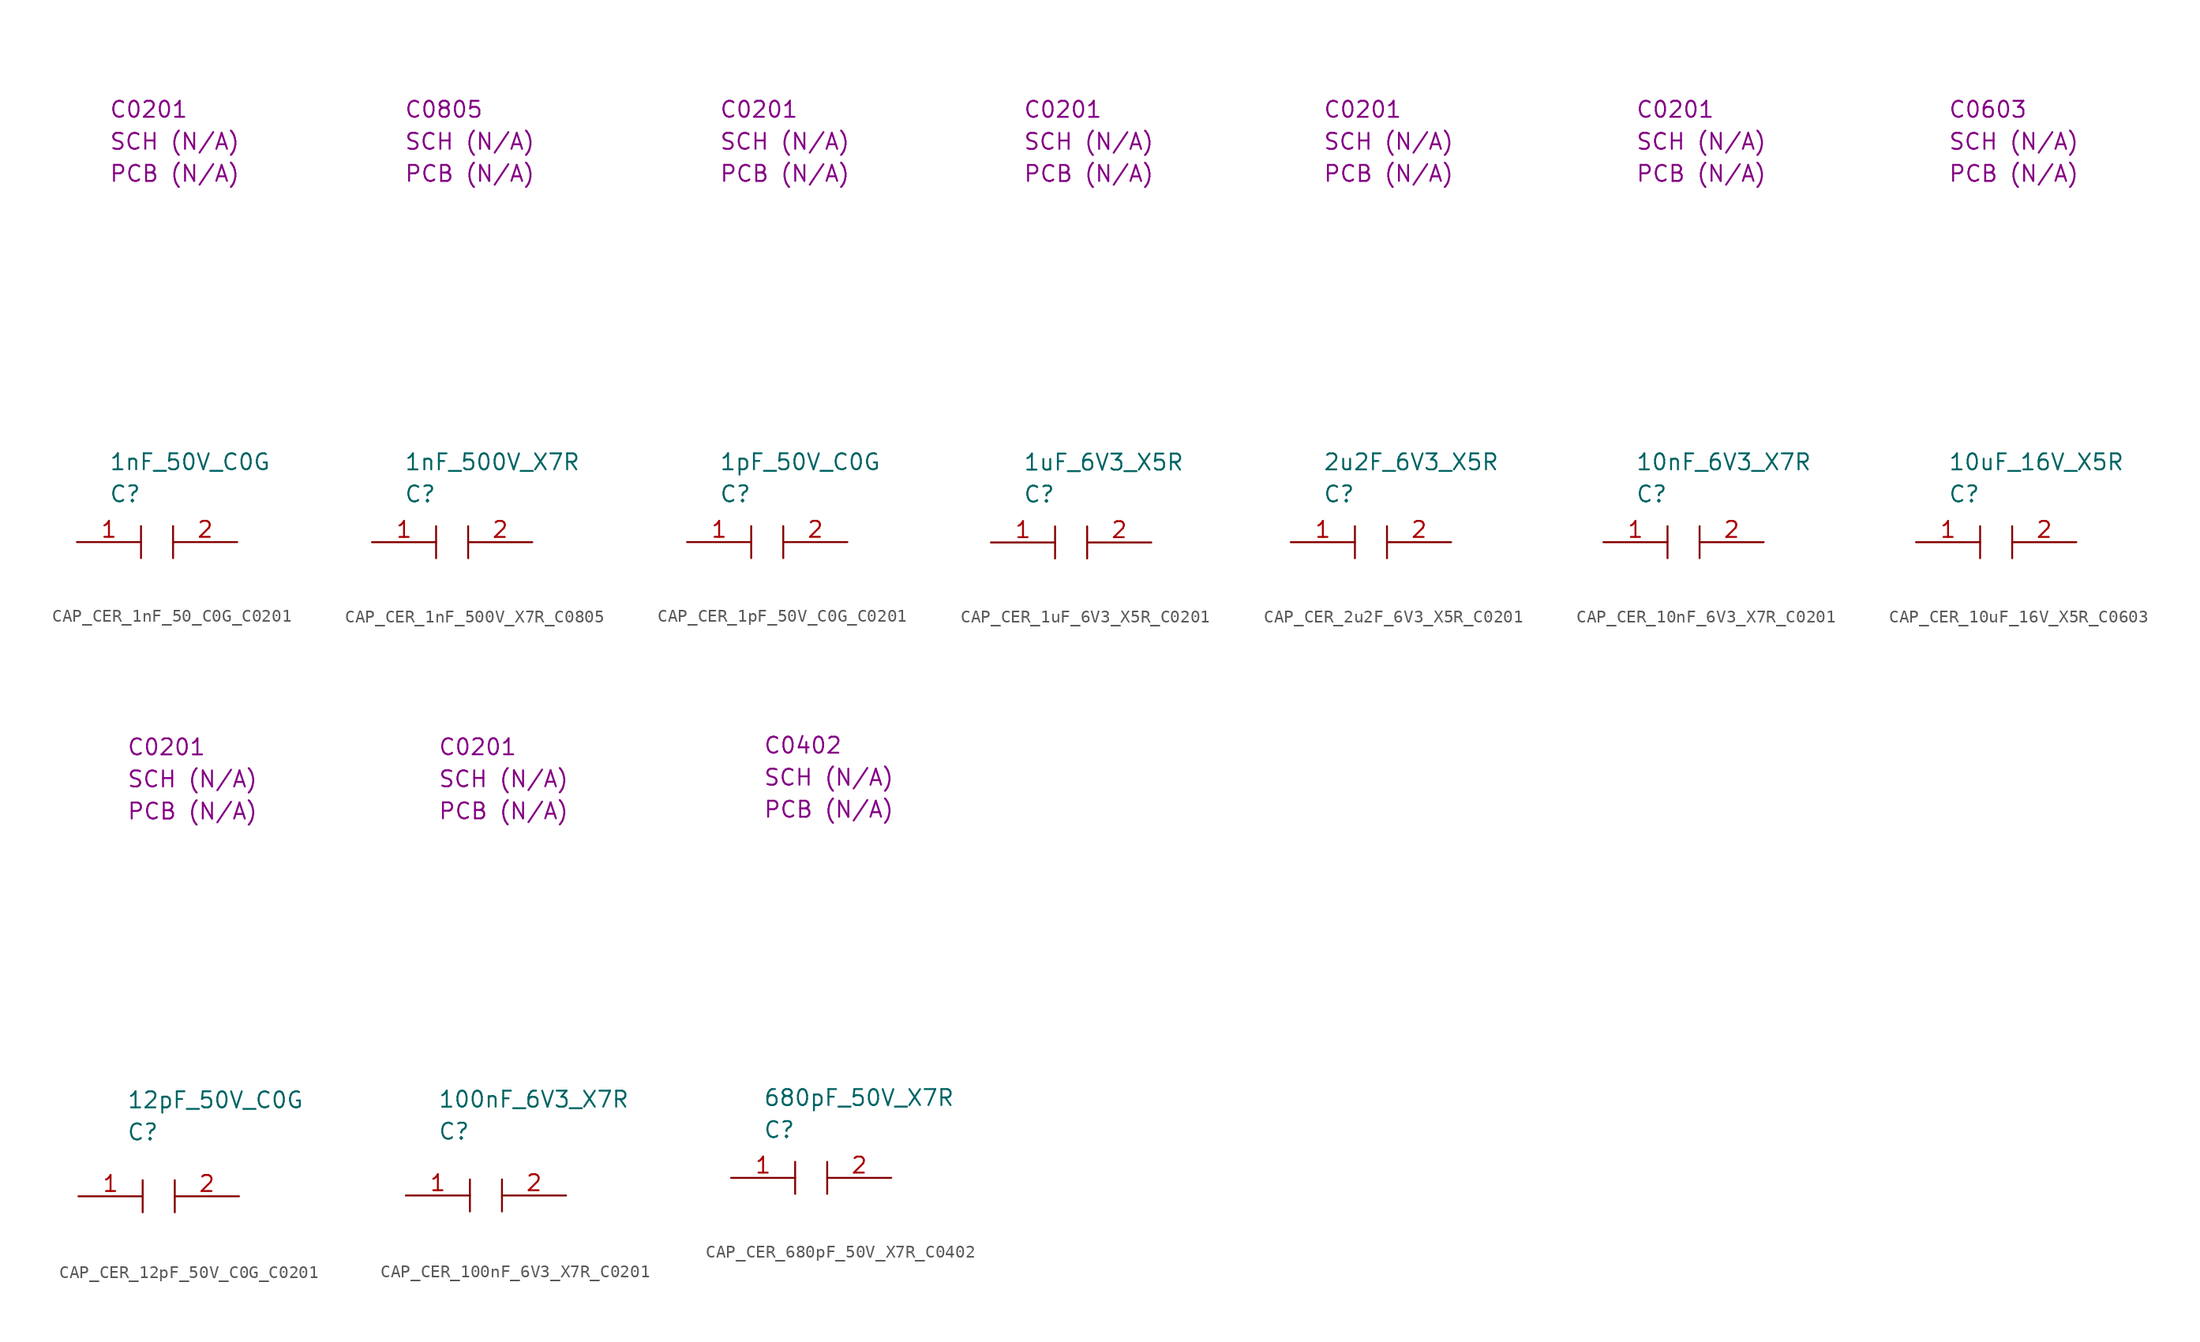
<source format=kicad_sym>
(kicad_symbol_lib
  (version 20220914)
  (generator kicad_symbol_editor)
  (symbol "CAP_CER_1nF_50_C0G_C0201"
    (property "Reference" "C"
      (at 2.54 3.81 0)
      (effects (font (size 1.27 1.27)) (justify left)))
    (property "Value" "1nF_50V_C0G"
      (at 2.54 6.35 0)
      (effects (font (size 1.27 1.27)) (justify left)))
    (property "Package" "C0201"
      (at 2.54 34.29 0)
      (effects (font (size 1.27 1.27)) (justify left)))
    (property "SCH CHECK" "SCH (N/A)"
      (at 2.54 31.75 0)
      (effects (font (size 1.27 1.27)) (justify left)))
    (property "PCB CHECK" "PCB (N/A)"
      (at 2.54 29.21 0)
      (effects (font (size 1.27 1.27)) (justify left)))
    (symbol "CAP_CER_1nF_50_C0G_C0201_0_0"
      (polyline (pts (xy 5.08 1.27) (xy 5.08 -1.27)) (stroke (width 0) (type default)) (fill (type none)))
      (polyline (pts (xy 7.62 1.27) (xy 7.62 -1.27)) (stroke (width 0) (type default)) (fill (type none))))
    (symbol "CAP_CER_1nF_50_C0G_C0201_1_1"
      (pin passive line (at 0 0 0) (length 5.08) (name "" (effects (font (size 1.27 1.27)))) (number "1" (effects (font (size 1.27 1.27)))))
      (pin passive line (at 12.7 0 180) (length 5.08) (name "" (effects (font (size 1.27 1.27)))) (number "2" (effects (font (size 1.27 1.27)))))))
  (symbol "CAP_CER_1nF_500V_X7R_C0805"
    (property "Reference" "C"
      (at 2.54 3.81 0)
      (effects (font (size 1.27 1.27)) (justify left)))
    (property "Value" "1nF_500V_X7R"
      (at 2.54 6.35 0)
      (effects (font (size 1.27 1.27)) (justify left)))
    (property "Package" "C0805"
      (at 2.54 34.29 0)
      (effects (font (size 1.27 1.27)) (justify left)))
    (property "SCH CHECK" "SCH (N/A)"
      (at 2.54 31.75 0)
      (effects (font (size 1.27 1.27)) (justify left)))
    (property "PCB CHECK" "PCB (N/A)"
      (at 2.54 29.21 0)
      (effects (font (size 1.27 1.27)) (justify left)))
    (symbol "CAP_CER_1nF_500V_X7R_C0805_0_0"
      (polyline (pts (xy 5.08 1.27) (xy 5.08 -1.27)) (stroke (width 0) (type default)) (fill (type none)))
      (polyline (pts (xy 7.62 1.27) (xy 7.62 -1.27)) (stroke (width 0) (type default)) (fill (type none))))
    (symbol "CAP_CER_1nF_500V_X7R_C0805_1_1"
      (pin passive line (at 0 0 0) (length 5.08) (name "" (effects (font (size 1.27 1.27)))) (number "1" (effects (font (size 1.27 1.27)))))
      (pin passive line (at 12.7 0 180) (length 5.08) (name "" (effects (font (size 1.27 1.27)))) (number "2" (effects (font (size 1.27 1.27)))))))
  (symbol "CAP_CER_1pF_50V_C0G_C0201"
    (property "Reference" "C"
      (at 2.54 3.81 0)
      (effects (font (size 1.27 1.27)) (justify left)))
    (property "Value" "1pF_50V_C0G"
      (at 2.54 6.35 0)
      (effects (font (size 1.27 1.27)) (justify left)))
    (property "Package" "C0201"
      (at 2.54 34.29 0)
      (effects (font (size 1.27 1.27)) (justify left)))
    (property "PCB CHECk" "PCB (N/A)"
      (at 2.54 29.21 0)
      (effects (font (size 1.27 1.27)) (justify left)))
    (property "SCH CHECK" "SCH (N/A)"
      (at 2.54 31.75 0)
      (effects (font (size 1.27 1.27)) (justify left)))
    (symbol "CAP_CER_1pF_50V_C0G_C0201_0_0"
      (polyline (pts (xy 5.08 1.27) (xy 5.08 -1.27)) (stroke (width 0) (type default)) (fill (type none)))
      (polyline (pts (xy 7.62 1.27) (xy 7.62 -1.27)) (stroke (width 0) (type default)) (fill (type none))))
    (symbol "CAP_CER_1pF_50V_C0G_C0201_1_1"
      (pin passive line (at 0 0 0) (length 5.08) (name "" (effects (font (size 1.27 1.27)))) (number "1" (effects (font (size 1.27 1.27)))))
      (pin passive line (at 12.7 0 180) (length 5.08) (name "" (effects (font (size 1.27 1.27)))) (number "2" (effects (font (size 1.27 1.27)))))))
  (symbol "CAP_CER_1uF_6V3_X5R_C0201"
    (property "Reference" "C"
      (at 2.54 3.81 0)
      (effects (font (size 1.27 1.27)) (justify left)))
    (property "Value" "1uF_6V3_X5R"
      (at 2.54 6.35 0)
      (effects (font (size 1.27 1.27)) (justify left)))
    (property "Package" "C0201"
      (at 2.54 34.29 0)
      (effects (font (size 1.27 1.27)) (justify left)))
    (property "SCH CHECK" "SCH (N/A)"
      (at 2.54 31.75 0)
      (effects (font (size 1.27 1.27)) (justify left)))
    (property "PCB CHECk" "PCB (N/A)"
      (at 2.54 29.21 0)
      (effects (font (size 1.27 1.27)) (justify left)))
    (symbol "CAP_CER_1uF_6V3_X5R_C0201_0_0"
      (polyline (pts (xy 5.08 1.27) (xy 5.08 -1.27)) (stroke (width 0) (type default)) (fill (type none)))
      (polyline (pts (xy 7.62 1.27) (xy 7.62 -1.27)) (stroke (width 0) (type default)) (fill (type none))))
    (symbol "CAP_CER_1uF_6V3_X5R_C0201_1_1"
      (pin passive line (at 0 0 0) (length 5.08) (name "" (effects (font (size 1.27 1.27)))) (number "1" (effects (font (size 1.27 1.27)))))
      (pin passive line (at 12.7 0 180) (length 5.08) (name "" (effects (font (size 1.27 1.27)))) (number "2" (effects (font (size 1.27 1.27)))))))
  (symbol "CAP_CER_2u2F_6V3_X5R_C0201"
    (property "Reference" "C"
      (at 2.54 3.81 0)
      (effects (font (size 1.27 1.27)) (justify left)))
    (property "Value" "2u2F_6V3_X5R"
      (at 2.54 6.35 0)
      (effects (font (size 1.27 1.27)) (justify left)))
    (property "Package" "C0201"
      (at 2.54 34.29 0)
      (effects (font (size 1.27 1.27)) (justify left)))
    (property "SCH CHECK" "SCH (N/A)"
      (at 2.54 31.75 0)
      (effects (font (size 1.27 1.27)) (justify left)))
    (property "PCB CHECk" "PCB (N/A)"
      (at 2.54 29.21 0)
      (effects (font (size 1.27 1.27)) (justify left)))
    (symbol "CAP_CER_2u2F_6V3_X5R_C0201_0_0"
      (polyline (pts (xy 5.08 1.27) (xy 5.08 -1.27)) (stroke (width 0) (type default)) (fill (type none)))
      (polyline (pts (xy 7.62 1.27) (xy 7.62 -1.27)) (stroke (width 0) (type default)) (fill (type none))))
    (symbol "CAP_CER_2u2F_6V3_X5R_C0201_1_1"
      (pin passive line (at 0 0 0) (length 5.08) (name "" (effects (font (size 1.27 1.27)))) (number "1" (effects (font (size 1.27 1.27)))))
      (pin passive line (at 12.7 0 180) (length 5.08) (name "" (effects (font (size 1.27 1.27)))) (number "2" (effects (font (size 1.27 1.27)))))))
  (symbol "CAP_CER_10nF_6V3_X7R_C0201"
    (property "Reference" "C"
      (at 2.54 3.81 0)
      (effects (font (size 1.27 1.27)) (justify left)))
    (property "Value" "10nF_6V3_X7R"
      (at 2.54 6.35 0)
      (effects (font (size 1.27 1.27)) (justify left)))
    (property "Package" "C0201"
      (at 2.54 34.29 0)
      (effects (font (size 1.27 1.27)) (justify left)))
    (property "SCH CHECK" "SCH (N/A)"
      (at 2.54 31.75 0)
      (effects (font (size 1.27 1.27)) (justify left)))
    (property "PCB CHECk" "PCB (N/A)"
      (at 2.54 29.21 0)
      (effects (font (size 1.27 1.27)) (justify left)))
    (symbol "CAP_CER_10nF_6V3_X7R_C0201_0_0"
      (polyline (pts (xy 5.08 1.27) (xy 5.08 -1.27)) (stroke (width 0) (type default)) (fill (type none)))
      (polyline (pts (xy 7.62 1.27) (xy 7.62 -1.27)) (stroke (width 0) (type default)) (fill (type none))))
    (symbol "CAP_CER_10nF_6V3_X7R_C0201_1_1"
      (pin passive line (at 0 0 0) (length 5.08) (name "" (effects (font (size 1.27 1.27)))) (number "1" (effects (font (size 1.27 1.27)))))
      (pin passive line (at 12.7 0 180) (length 5.08) (name "" (effects (font (size 1.27 1.27)))) (number "2" (effects (font (size 1.27 1.27)))))))
  (symbol "CAP_CER_10uF_16V_X5R_C0603"
    (property "Reference" "C"
      (at 2.54 3.81 0)
      (effects (font (size 1.27 1.27)) (justify left)))
    (property "Value" "10uF_16V_X5R"
      (at 2.54 6.35 0)
      (effects (font (size 1.27 1.27)) (justify left)))
    (property "Package" "C0603"
      (at 2.54 34.29 0)
      (effects (font (size 1.27 1.27)) (justify left)))
    (property "SCH CHECK" "SCH (N/A)"
      (at 2.54 31.75 0)
      (effects (font (size 1.27 1.27)) (justify left)))
    (property "PCB CHECk" "PCB (N/A)"
      (at 2.54 29.21 0)
      (effects (font (size 1.27 1.27)) (justify left)))
    (symbol "CAP_CER_10uF_16V_X5R_C0603_0_0"
      (polyline (pts (xy 5.08 1.27) (xy 5.08 -1.27)) (stroke (width 0) (type default)) (fill (type none)))
      (polyline (pts (xy 7.62 1.27) (xy 7.62 -1.27)) (stroke (width 0) (type default)) (fill (type none))))
    (symbol "CAP_CER_10uF_16V_X5R_C0603_1_1"
      (pin passive line (at 0 0 0) (length 5.08) (name "" (effects (font (size 1.27 1.27)))) (number "1" (effects (font (size 1.27 1.27)))))
      (pin passive line (at 12.7 0 180) (length 5.08) (name "" (effects (font (size 1.27 1.27)))) (number "2" (effects (font (size 1.27 1.27)))))))
  (symbol "CAP_CER_12pF_50V_C0G_C0201"
    (property "Reference" "C"
      (at 3.81 5.08 0)
      (effects (font (size 1.27 1.27)) (justify left)))
    (property "Value" "12pF_50V_C0G"
      (at 3.81 7.62 0)
      (effects (font (size 1.27 1.27)) (justify left)))
    (property "Package" "C0201"
      (at 3.81 35.56 0)
      (effects (font (size 1.27 1.27)) (justify left)))
    (property "SCH CHECK" "SCH (N/A)"
      (at 3.81 33.02 0)
      (effects (font (size 1.27 1.27)) (justify left)))
    (property "PCB CHECk" "PCB (N/A)"
      (at 3.81 30.48 0)
      (effects (font (size 1.27 1.27)) (justify left)))
    (symbol "CAP_CER_12pF_50V_C0G_C0201_0_0"
      (polyline (pts (xy 5.08 1.27) (xy 5.08 -1.27)) (stroke (width 0) (type default)) (fill (type none)))
      (polyline (pts (xy 7.62 1.27) (xy 7.62 -1.27)) (stroke (width 0) (type default)) (fill (type none))))
    (symbol "CAP_CER_12pF_50V_C0G_C0201_1_1"
      (pin passive line (at 0 0 0) (length 5.08) (name "" (effects (font (size 1.27 1.27)))) (number "1" (effects (font (size 1.27 1.27)))))
      (pin passive line (at 12.7 0 180) (length 5.08) (name "" (effects (font (size 1.27 1.27)))) (number "2" (effects (font (size 1.27 1.27)))))))
  (symbol "CAP_CER_100nF_6V3_X7R_C0201"
    (property "Reference" "C"
      (at 2.54 5.08 0)
      (effects (font (size 1.27 1.27)) (justify left)))
    (property "Value" "100nF_6V3_X7R"
      (at 2.54 7.62 0)
      (effects (font (size 1.27 1.27)) (justify left)))
    (property "Package" "C0201"
      (at 2.54 35.56 0)
      (effects (font (size 1.27 1.27)) (justify left)))
    (property "SCH CHECK" "SCH (N/A)"
      (at 2.54 33.02 0)
      (effects (font (size 1.27 1.27)) (justify left)))
    (property "PCB CHECk" "PCB (N/A)"
      (at 2.54 30.48 0)
      (effects (font (size 1.27 1.27)) (justify left)))
    (symbol "CAP_CER_100nF_6V3_X7R_C0201_0_0"
      (polyline (pts (xy 5.08 1.27) (xy 5.08 -1.27)) (stroke (width 0) (type default)) (fill (type none)))
      (polyline (pts (xy 7.62 1.27) (xy 7.62 -1.27)) (stroke (width 0) (type default)) (fill (type none))))
    (symbol "CAP_CER_100nF_6V3_X7R_C0201_1_1"
      (pin passive line (at 0 0 0) (length 5.08) (name "" (effects (font (size 1.27 1.27)))) (number "1" (effects (font (size 1.27 1.27)))))
      (pin passive line (at 12.7 0 180) (length 5.08) (name "" (effects (font (size 1.27 1.27)))) (number "2" (effects (font (size 1.27 1.27)))))))
  (symbol "CAP_CER_680pF_50V_X7R_C0402"
    (property "Reference" "C"
      (at 2.54 3.81 0)
      (effects (font (size 1.27 1.27)) (justify left)))
    (property "Value" "680pF_50V_X7R"
      (at 2.54 6.35 0)
      (effects (font (size 1.27 1.27)) (justify left)))
    (property "Package" "C0402"
      (at 2.54 34.29 0)
      (effects (font (size 1.27 1.27)) (justify left)))
    (property "SCH CHECK" "SCH (N/A)"
      (at 2.54 31.75 0)
      (effects (font (size 1.27 1.27)) (justify left)))
    (property "PCB CHECk" "PCB (N/A)"
      (at 2.54 29.21 0)
      (effects (font (size 1.27 1.27)) (justify left)))
    (symbol "CAP_CER_680pF_50V_X7R_C0402_0_0"
      (polyline (pts (xy 5.08 1.27) (xy 5.08 -1.27)) (stroke (width 0) (type default)) (fill (type none)))
      (polyline (pts (xy 7.62 1.27) (xy 7.62 -1.27)) (stroke (width 0) (type default)) (fill (type none))))
    (symbol "CAP_CER_680pF_50V_X7R_C0402_1_1"
      (pin passive line (at 0 0 0) (length 5.08) (name "" (effects (font (size 1.27 1.27)))) (number "1" (effects (font (size 1.27 1.27)))))
      (pin passive line (at 12.7 0 180) (length 5.08) (name "" (effects (font (size 1.27 1.27)))) (number "2" (effects (font (size 1.27 1.27))))))))
</source>
